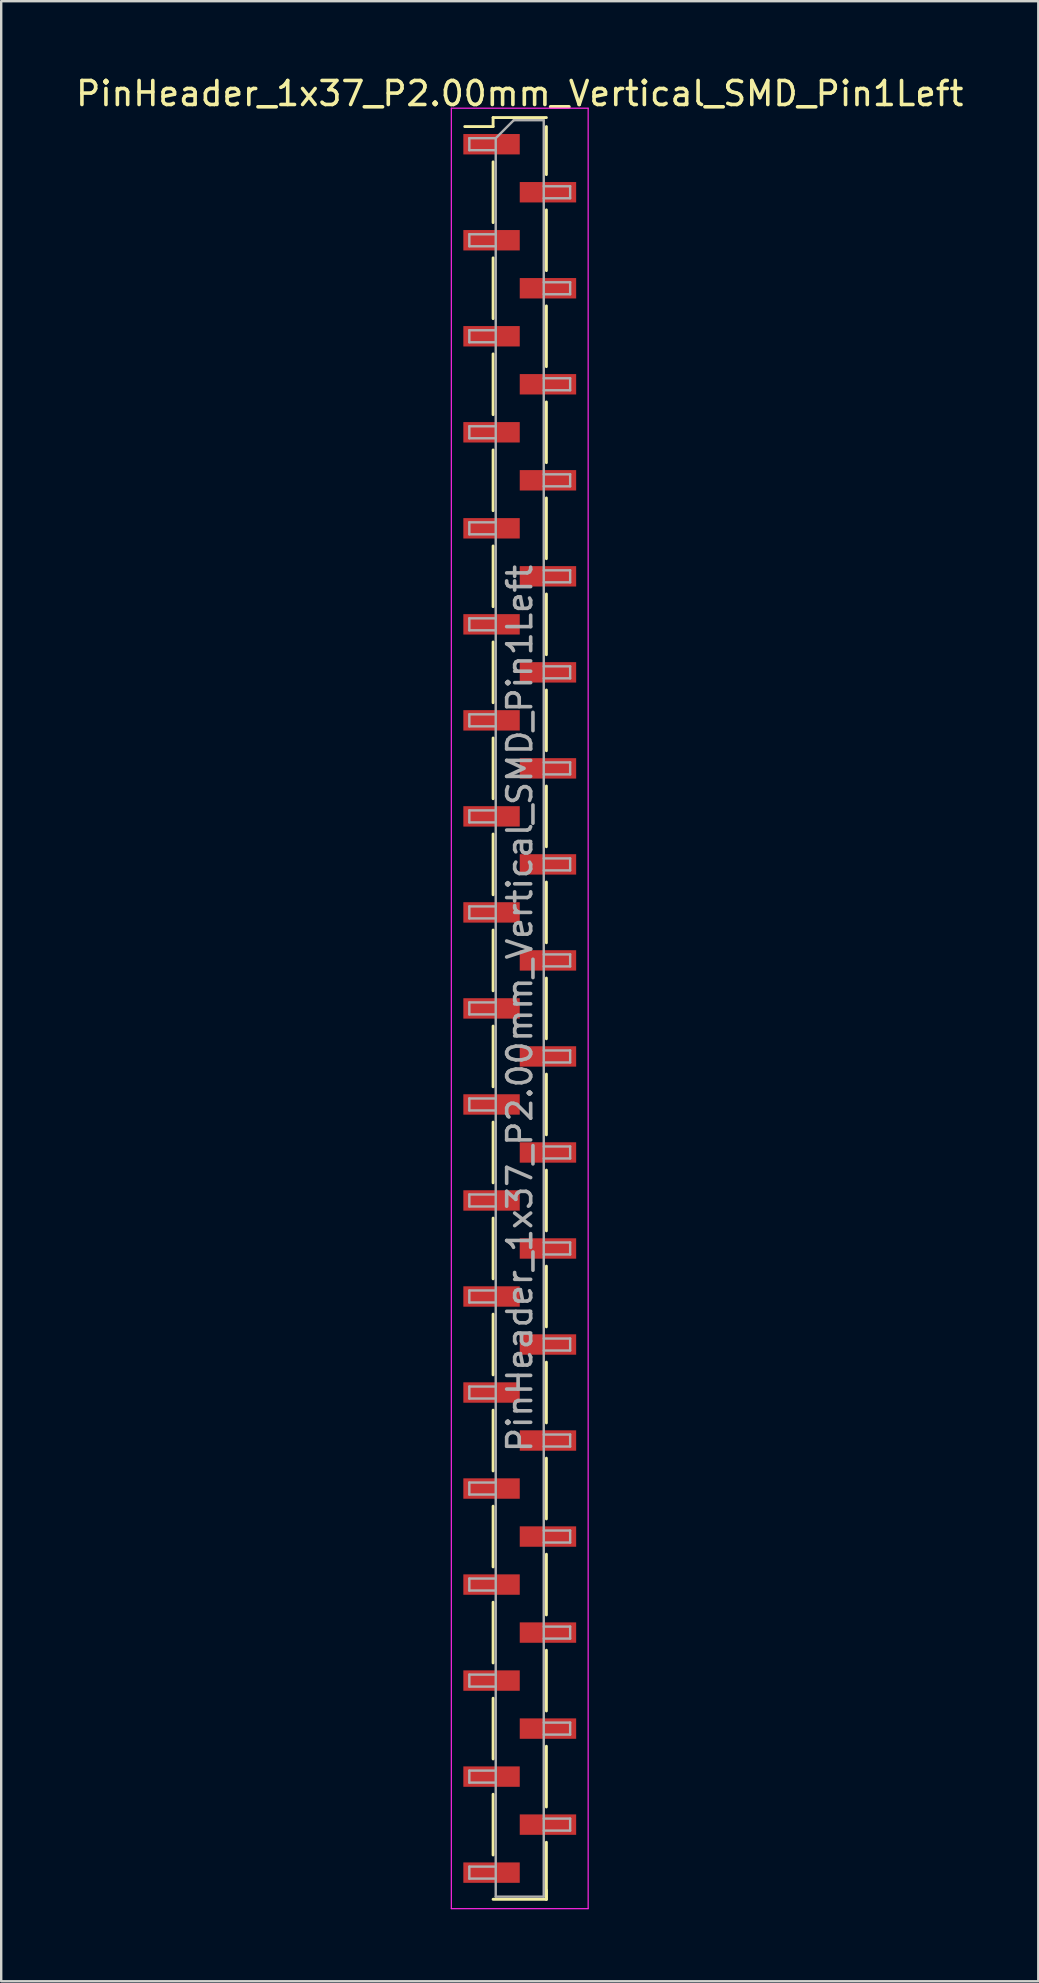
<source format=kicad_pcb>
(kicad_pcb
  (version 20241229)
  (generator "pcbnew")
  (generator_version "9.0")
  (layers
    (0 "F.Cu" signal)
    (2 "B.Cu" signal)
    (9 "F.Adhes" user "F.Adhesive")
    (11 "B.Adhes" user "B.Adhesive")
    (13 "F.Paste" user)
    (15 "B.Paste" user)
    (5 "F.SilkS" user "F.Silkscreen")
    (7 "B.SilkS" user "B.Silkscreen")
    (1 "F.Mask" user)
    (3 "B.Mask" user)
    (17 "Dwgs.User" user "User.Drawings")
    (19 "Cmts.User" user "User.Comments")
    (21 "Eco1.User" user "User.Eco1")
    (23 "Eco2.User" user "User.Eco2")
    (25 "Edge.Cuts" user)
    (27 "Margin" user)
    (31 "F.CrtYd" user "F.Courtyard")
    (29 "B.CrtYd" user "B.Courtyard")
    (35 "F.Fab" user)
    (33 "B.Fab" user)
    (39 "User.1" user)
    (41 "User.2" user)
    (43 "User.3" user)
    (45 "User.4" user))
  (footprint "PinHeader_1x37_P2.00mm_Vertical_SMD_Pin1Left"
    (layer "F.Cu")
    (at 18.601 38.958)
    (property "Reference" "PinHeader_1x37_P2.00mm_Vertical_SMD_Pin1Left" (at 0 -38.11 0) (layer "F.SilkS") (effects (font (size 1 1) (thickness 0.15))))
    (attr smd)
    (fp_line (start -1.11 -37.11) (end -1.11 -36.735) (stroke (width 0.12) (type solid)) (layer "F.SilkS"))
    (fp_line (start -1.11 -37.11) (end 1.11 -37.11) (stroke (width 0.12) (type solid)) (layer "F.SilkS"))
    (fp_line (start -1.11 -36.735) (end -2.29 -36.735) (stroke (width 0.12) (type solid)) (layer "F.SilkS"))
    (fp_line (start -1.11 -35.265) (end -1.11 -32.735) (stroke (width 0.12) (type solid)) (layer "F.SilkS"))
    (fp_line (start -1.11 -31.265) (end -1.11 -28.735) (stroke (width 0.12) (type solid)) (layer "F.SilkS"))
    (fp_line (start -1.11 -27.265) (end -1.11 -24.735) (stroke (width 0.12) (type solid)) (layer "F.SilkS"))
    (fp_line (start -1.11 -23.265) (end -1.11 -20.735) (stroke (width 0.12) (type solid)) (layer "F.SilkS"))
    (fp_line (start -1.11 -19.265) (end -1.11 -16.735) (stroke (width 0.12) (type solid)) (layer "F.SilkS"))
    (fp_line (start -1.11 -15.265) (end -1.11 -12.735) (stroke (width 0.12) (type solid)) (layer "F.SilkS"))
    (fp_line (start -1.11 -11.265) (end -1.11 -8.735) (stroke (width 0.12) (type solid)) (layer "F.SilkS"))
    (fp_line (start -1.11 -7.265) (end -1.11 -4.735) (stroke (width 0.12) (type solid)) (layer "F.SilkS"))
    (fp_line (start -1.11 -3.265) (end -1.11 -0.735) (stroke (width 0.12) (type solid)) (layer "F.SilkS"))
    (fp_line (start -1.11 0.735) (end -1.11 3.265) (stroke (width 0.12) (type solid)) (layer "F.SilkS"))
    (fp_line (start -1.11 4.735) (end -1.11 7.265) (stroke (width 0.12) (type solid)) (layer "F.SilkS"))
    (fp_line (start -1.11 8.735) (end -1.11 11.265) (stroke (width 0.12) (type solid)) (layer "F.SilkS"))
    (fp_line (start -1.11 12.735) (end -1.11 15.265) (stroke (width 0.12) (type solid)) (layer "F.SilkS"))
    (fp_line (start -1.11 16.735) (end -1.11 19.265) (stroke (width 0.12) (type solid)) (layer "F.SilkS"))
    (fp_line (start -1.11 20.735) (end -1.11 23.265) (stroke (width 0.12) (type solid)) (layer "F.SilkS"))
    (fp_line (start -1.11 24.735) (end -1.11 27.265) (stroke (width 0.12) (type solid)) (layer "F.SilkS"))
    (fp_line (start -1.11 28.735) (end -1.11 31.265) (stroke (width 0.12) (type solid)) (layer "F.SilkS"))
    (fp_line (start -1.11 32.735) (end -1.11 35.265) (stroke (width 0.12) (type solid)) (layer "F.SilkS"))
    (fp_line (start -1.11 37.11) (end 1.11 37.11) (stroke (width 0.12) (type solid)) (layer "F.SilkS"))
    (fp_line (start 1.11 -36.735) (end 1.11 -34.735) (stroke (width 0.12) (type solid)) (layer "F.SilkS"))
    (fp_line (start 1.11 -33.265) (end 1.11 -30.735) (stroke (width 0.12) (type solid)) (layer "F.SilkS"))
    (fp_line (start 1.11 -29.265) (end 1.11 -26.735) (stroke (width 0.12) (type solid)) (layer "F.SilkS"))
    (fp_line (start 1.11 -25.265) (end 1.11 -22.735) (stroke (width 0.12) (type solid)) (layer "F.SilkS"))
    (fp_line (start 1.11 -21.265) (end 1.11 -18.735) (stroke (width 0.12) (type solid)) (layer "F.SilkS"))
    (fp_line (start 1.11 -17.265) (end 1.11 -14.735) (stroke (width 0.12) (type solid)) (layer "F.SilkS"))
    (fp_line (start 1.11 -13.265) (end 1.11 -10.735) (stroke (width 0.12) (type solid)) (layer "F.SilkS"))
    (fp_line (start 1.11 -9.265) (end 1.11 -6.735) (stroke (width 0.12) (type solid)) (layer "F.SilkS"))
    (fp_line (start 1.11 -5.265) (end 1.11 -2.735) (stroke (width 0.12) (type solid)) (layer "F.SilkS"))
    (fp_line (start 1.11 -1.265) (end 1.11 1.265) (stroke (width 0.12) (type solid)) (layer "F.SilkS"))
    (fp_line (start 1.11 2.735) (end 1.11 5.265) (stroke (width 0.12) (type solid)) (layer "F.SilkS"))
    (fp_line (start 1.11 6.735) (end 1.11 9.265) (stroke (width 0.12) (type solid)) (layer "F.SilkS"))
    (fp_line (start 1.11 10.735) (end 1.11 13.265) (stroke (width 0.12) (type solid)) (layer "F.SilkS"))
    (fp_line (start 1.11 14.735) (end 1.11 17.265) (stroke (width 0.12) (type solid)) (layer "F.SilkS"))
    (fp_line (start 1.11 18.735) (end 1.11 21.265) (stroke (width 0.12) (type solid)) (layer "F.SilkS"))
    (fp_line (start 1.11 22.735) (end 1.11 25.265) (stroke (width 0.12) (type solid)) (layer "F.SilkS"))
    (fp_line (start 1.11 26.735) (end 1.11 29.265) (stroke (width 0.12) (type solid)) (layer "F.SilkS"))
    (fp_line (start 1.11 30.735) (end 1.11 33.265) (stroke (width 0.12) (type solid)) (layer "F.SilkS"))
    (fp_line (start 1.11 34.735) (end 1.11 37.11) (stroke (width 0.12) (type solid)) (layer "F.SilkS"))
    (fp_line (start 1.11 36.735) (end 1.11 37.11) (stroke (width 0.12) (type solid)) (layer "F.SilkS"))
    (fp_line (start -2.85 -37.5) (end -2.85 37.5) (stroke (width 0.05) (type solid)) (layer "F.CrtYd"))
    (fp_line (start -2.85 37.5) (end 2.85 37.5) (stroke (width 0.05) (type solid)) (layer "F.CrtYd"))
    (fp_line (start 2.85 -37.5) (end -2.85 -37.5) (stroke (width 0.05) (type solid)) (layer "F.CrtYd"))
    (fp_line (start 2.85 37.5) (end 2.85 -37.5) (stroke (width 0.05) (type solid)) (layer "F.CrtYd"))
    (fp_line (start -2.1 -36.25) (end -2.1 -35.75) (stroke (width 0.1) (type solid)) (layer "F.Fab"))
    (fp_line (start -2.1 -35.75) (end -1 -35.75) (stroke (width 0.1) (type solid)) (layer "F.Fab"))
    (fp_line (start -2.1 -32.25) (end -2.1 -31.75) (stroke (width 0.1) (type solid)) (layer "F.Fab"))
    (fp_line (start -2.1 -31.75) (end -1 -31.75) (stroke (width 0.1) (type solid)) (layer "F.Fab"))
    (fp_line (start -2.1 -28.25) (end -2.1 -27.75) (stroke (width 0.1) (type solid)) (layer "F.Fab"))
    (fp_line (start -2.1 -27.75) (end -1 -27.75) (stroke (width 0.1) (type solid)) (layer "F.Fab"))
    (fp_line (start -2.1 -24.25) (end -2.1 -23.75) (stroke (width 0.1) (type solid)) (layer "F.Fab"))
    (fp_line (start -2.1 -23.75) (end -1 -23.75) (stroke (width 0.1) (type solid)) (layer "F.Fab"))
    (fp_line (start -2.1 -20.25) (end -2.1 -19.75) (stroke (width 0.1) (type solid)) (layer "F.Fab"))
    (fp_line (start -2.1 -19.75) (end -1 -19.75) (stroke (width 0.1) (type solid)) (layer "F.Fab"))
    (fp_line (start -2.1 -16.25) (end -2.1 -15.75) (stroke (width 0.1) (type solid)) (layer "F.Fab"))
    (fp_line (start -2.1 -15.75) (end -1 -15.75) (stroke (width 0.1) (type solid)) (layer "F.Fab"))
    (fp_line (start -2.1 -12.25) (end -2.1 -11.75) (stroke (width 0.1) (type solid)) (layer "F.Fab"))
    (fp_line (start -2.1 -11.75) (end -1 -11.75) (stroke (width 0.1) (type solid)) (layer "F.Fab"))
    (fp_line (start -2.1 -8.25) (end -2.1 -7.75) (stroke (width 0.1) (type solid)) (layer "F.Fab"))
    (fp_line (start -2.1 -7.75) (end -1 -7.75) (stroke (width 0.1) (type solid)) (layer "F.Fab"))
    (fp_line (start -2.1 -4.25) (end -2.1 -3.75) (stroke (width 0.1) (type solid)) (layer "F.Fab"))
    (fp_line (start -2.1 -3.75) (end -1 -3.75) (stroke (width 0.1) (type solid)) (layer "F.Fab"))
    (fp_line (start -2.1 -0.25) (end -2.1 0.25) (stroke (width 0.1) (type solid)) (layer "F.Fab"))
    (fp_line (start -2.1 0.25) (end -1 0.25) (stroke (width 0.1) (type solid)) (layer "F.Fab"))
    (fp_line (start -2.1 3.75) (end -2.1 4.25) (stroke (width 0.1) (type solid)) (layer "F.Fab"))
    (fp_line (start -2.1 4.25) (end -1 4.25) (stroke (width 0.1) (type solid)) (layer "F.Fab"))
    (fp_line (start -2.1 7.75) (end -2.1 8.25) (stroke (width 0.1) (type solid)) (layer "F.Fab"))
    (fp_line (start -2.1 8.25) (end -1 8.25) (stroke (width 0.1) (type solid)) (layer "F.Fab"))
    (fp_line (start -2.1 11.75) (end -2.1 12.25) (stroke (width 0.1) (type solid)) (layer "F.Fab"))
    (fp_line (start -2.1 12.25) (end -1 12.25) (stroke (width 0.1) (type solid)) (layer "F.Fab"))
    (fp_line (start -2.1 15.75) (end -2.1 16.25) (stroke (width 0.1) (type solid)) (layer "F.Fab"))
    (fp_line (start -2.1 16.25) (end -1 16.25) (stroke (width 0.1) (type solid)) (layer "F.Fab"))
    (fp_line (start -2.1 19.75) (end -2.1 20.25) (stroke (width 0.1) (type solid)) (layer "F.Fab"))
    (fp_line (start -2.1 20.25) (end -1 20.25) (stroke (width 0.1) (type solid)) (layer "F.Fab"))
    (fp_line (start -2.1 23.75) (end -2.1 24.25) (stroke (width 0.1) (type solid)) (layer "F.Fab"))
    (fp_line (start -2.1 24.25) (end -1 24.25) (stroke (width 0.1) (type solid)) (layer "F.Fab"))
    (fp_line (start -2.1 27.75) (end -2.1 28.25) (stroke (width 0.1) (type solid)) (layer "F.Fab"))
    (fp_line (start -2.1 28.25) (end -1 28.25) (stroke (width 0.1) (type solid)) (layer "F.Fab"))
    (fp_line (start -2.1 31.75) (end -2.1 32.25) (stroke (width 0.1) (type solid)) (layer "F.Fab"))
    (fp_line (start -2.1 32.25) (end -1 32.25) (stroke (width 0.1) (type solid)) (layer "F.Fab"))
    (fp_line (start -2.1 35.75) (end -2.1 36.25) (stroke (width 0.1) (type solid)) (layer "F.Fab"))
    (fp_line (start -2.1 36.25) (end -1 36.25) (stroke (width 0.1) (type solid)) (layer "F.Fab"))
    (fp_line (start -1 -36.25) (end -2.1 -36.25) (stroke (width 0.1) (type solid)) (layer "F.Fab"))
    (fp_line (start -1 -36.25) (end -0.25 -37) (stroke (width 0.1) (type solid)) (layer "F.Fab"))
    (fp_line (start -1 -32.25) (end -2.1 -32.25) (stroke (width 0.1) (type solid)) (layer "F.Fab"))
    (fp_line (start -1 -28.25) (end -2.1 -28.25) (stroke (width 0.1) (type solid)) (layer "F.Fab"))
    (fp_line (start -1 -24.25) (end -2.1 -24.25) (stroke (width 0.1) (type solid)) (layer "F.Fab"))
    (fp_line (start -1 -20.25) (end -2.1 -20.25) (stroke (width 0.1) (type solid)) (layer "F.Fab"))
    (fp_line (start -1 -16.25) (end -2.1 -16.25) (stroke (width 0.1) (type solid)) (layer "F.Fab"))
    (fp_line (start -1 -12.25) (end -2.1 -12.25) (stroke (width 0.1) (type solid)) (layer "F.Fab"))
    (fp_line (start -1 -8.25) (end -2.1 -8.25) (stroke (width 0.1) (type solid)) (layer "F.Fab"))
    (fp_line (start -1 -4.25) (end -2.1 -4.25) (stroke (width 0.1) (type solid)) (layer "F.Fab"))
    (fp_line (start -1 -0.25) (end -2.1 -0.25) (stroke (width 0.1) (type solid)) (layer "F.Fab"))
    (fp_line (start -1 3.75) (end -2.1 3.75) (stroke (width 0.1) (type solid)) (layer "F.Fab"))
    (fp_line (start -1 7.75) (end -2.1 7.75) (stroke (width 0.1) (type solid)) (layer "F.Fab"))
    (fp_line (start -1 11.75) (end -2.1 11.75) (stroke (width 0.1) (type solid)) (layer "F.Fab"))
    (fp_line (start -1 15.75) (end -2.1 15.75) (stroke (width 0.1) (type solid)) (layer "F.Fab"))
    (fp_line (start -1 19.75) (end -2.1 19.75) (stroke (width 0.1) (type solid)) (layer "F.Fab"))
    (fp_line (start -1 23.75) (end -2.1 23.75) (stroke (width 0.1) (type solid)) (layer "F.Fab"))
    (fp_line (start -1 27.75) (end -2.1 27.75) (stroke (width 0.1) (type solid)) (layer "F.Fab"))
    (fp_line (start -1 31.75) (end -2.1 31.75) (stroke (width 0.1) (type solid)) (layer "F.Fab"))
    (fp_line (start -1 35.75) (end -2.1 35.75) (stroke (width 0.1) (type solid)) (layer "F.Fab"))
    (fp_line (start -1 37) (end -1 -36.25) (stroke (width 0.1) (type solid)) (layer "F.Fab"))
    (fp_line (start -0.25 -37) (end 1 -37) (stroke (width 0.1) (type solid)) (layer "F.Fab"))
    (fp_line (start 1 -37) (end 1 37) (stroke (width 0.1) (type solid)) (layer "F.Fab"))
    (fp_line (start 1 -34.25) (end 2.1 -34.25) (stroke (width 0.1) (type solid)) (layer "F.Fab"))
    (fp_line (start 1 -30.25) (end 2.1 -30.25) (stroke (width 0.1) (type solid)) (layer "F.Fab"))
    (fp_line (start 1 -26.25) (end 2.1 -26.25) (stroke (width 0.1) (type solid)) (layer "F.Fab"))
    (fp_line (start 1 -22.25) (end 2.1 -22.25) (stroke (width 0.1) (type solid)) (layer "F.Fab"))
    (fp_line (start 1 -18.25) (end 2.1 -18.25) (stroke (width 0.1) (type solid)) (layer "F.Fab"))
    (fp_line (start 1 -14.25) (end 2.1 -14.25) (stroke (width 0.1) (type solid)) (layer "F.Fab"))
    (fp_line (start 1 -10.25) (end 2.1 -10.25) (stroke (width 0.1) (type solid)) (layer "F.Fab"))
    (fp_line (start 1 -6.25) (end 2.1 -6.25) (stroke (width 0.1) (type solid)) (layer "F.Fab"))
    (fp_line (start 1 -2.25) (end 2.1 -2.25) (stroke (width 0.1) (type solid)) (layer "F.Fab"))
    (fp_line (start 1 1.75) (end 2.1 1.75) (stroke (width 0.1) (type solid)) (layer "F.Fab"))
    (fp_line (start 1 5.75) (end 2.1 5.75) (stroke (width 0.1) (type solid)) (layer "F.Fab"))
    (fp_line (start 1 9.75) (end 2.1 9.75) (stroke (width 0.1) (type solid)) (layer "F.Fab"))
    (fp_line (start 1 13.75) (end 2.1 13.75) (stroke (width 0.1) (type solid)) (layer "F.Fab"))
    (fp_line (start 1 17.75) (end 2.1 17.75) (stroke (width 0.1) (type solid)) (layer "F.Fab"))
    (fp_line (start 1 21.75) (end 2.1 21.75) (stroke (width 0.1) (type solid)) (layer "F.Fab"))
    (fp_line (start 1 25.75) (end 2.1 25.75) (stroke (width 0.1) (type solid)) (layer "F.Fab"))
    (fp_line (start 1 29.75) (end 2.1 29.75) (stroke (width 0.1) (type solid)) (layer "F.Fab"))
    (fp_line (start 1 33.75) (end 2.1 33.75) (stroke (width 0.1) (type solid)) (layer "F.Fab"))
    (fp_line (start 1 37) (end -1 37) (stroke (width 0.1) (type solid)) (layer "F.Fab"))
    (fp_line (start 2.1 -34.25) (end 2.1 -33.75) (stroke (width 0.1) (type solid)) (layer "F.Fab"))
    (fp_line (start 2.1 -33.75) (end 1 -33.75) (stroke (width 0.1) (type solid)) (layer "F.Fab"))
    (fp_line (start 2.1 -30.25) (end 2.1 -29.75) (stroke (width 0.1) (type solid)) (layer "F.Fab"))
    (fp_line (start 2.1 -29.75) (end 1 -29.75) (stroke (width 0.1) (type solid)) (layer "F.Fab"))
    (fp_line (start 2.1 -26.25) (end 2.1 -25.75) (stroke (width 0.1) (type solid)) (layer "F.Fab"))
    (fp_line (start 2.1 -25.75) (end 1 -25.75) (stroke (width 0.1) (type solid)) (layer "F.Fab"))
    (fp_line (start 2.1 -22.25) (end 2.1 -21.75) (stroke (width 0.1) (type solid)) (layer "F.Fab"))
    (fp_line (start 2.1 -21.75) (end 1 -21.75) (stroke (width 0.1) (type solid)) (layer "F.Fab"))
    (fp_line (start 2.1 -18.25) (end 2.1 -17.75) (stroke (width 0.1) (type solid)) (layer "F.Fab"))
    (fp_line (start 2.1 -17.75) (end 1 -17.75) (stroke (width 0.1) (type solid)) (layer "F.Fab"))
    (fp_line (start 2.1 -14.25) (end 2.1 -13.75) (stroke (width 0.1) (type solid)) (layer "F.Fab"))
    (fp_line (start 2.1 -13.75) (end 1 -13.75) (stroke (width 0.1) (type solid)) (layer "F.Fab"))
    (fp_line (start 2.1 -10.25) (end 2.1 -9.75) (stroke (width 0.1) (type solid)) (layer "F.Fab"))
    (fp_line (start 2.1 -9.75) (end 1 -9.75) (stroke (width 0.1) (type solid)) (layer "F.Fab"))
    (fp_line (start 2.1 -6.25) (end 2.1 -5.75) (stroke (width 0.1) (type solid)) (layer "F.Fab"))
    (fp_line (start 2.1 -5.75) (end 1 -5.75) (stroke (width 0.1) (type solid)) (layer "F.Fab"))
    (fp_line (start 2.1 -2.25) (end 2.1 -1.75) (stroke (width 0.1) (type solid)) (layer "F.Fab"))
    (fp_line (start 2.1 -1.75) (end 1 -1.75) (stroke (width 0.1) (type solid)) (layer "F.Fab"))
    (fp_line (start 2.1 1.75) (end 2.1 2.25) (stroke (width 0.1) (type solid)) (layer "F.Fab"))
    (fp_line (start 2.1 2.25) (end 1 2.25) (stroke (width 0.1) (type solid)) (layer "F.Fab"))
    (fp_line (start 2.1 5.75) (end 2.1 6.25) (stroke (width 0.1) (type solid)) (layer "F.Fab"))
    (fp_line (start 2.1 6.25) (end 1 6.25) (stroke (width 0.1) (type solid)) (layer "F.Fab"))
    (fp_line (start 2.1 9.75) (end 2.1 10.25) (stroke (width 0.1) (type solid)) (layer "F.Fab"))
    (fp_line (start 2.1 10.25) (end 1 10.25) (stroke (width 0.1) (type solid)) (layer "F.Fab"))
    (fp_line (start 2.1 13.75) (end 2.1 14.25) (stroke (width 0.1) (type solid)) (layer "F.Fab"))
    (fp_line (start 2.1 14.25) (end 1 14.25) (stroke (width 0.1) (type solid)) (layer "F.Fab"))
    (fp_line (start 2.1 17.75) (end 2.1 18.25) (stroke (width 0.1) (type solid)) (layer "F.Fab"))
    (fp_line (start 2.1 18.25) (end 1 18.25) (stroke (width 0.1) (type solid)) (layer "F.Fab"))
    (fp_line (start 2.1 21.75) (end 2.1 22.25) (stroke (width 0.1) (type solid)) (layer "F.Fab"))
    (fp_line (start 2.1 22.25) (end 1 22.25) (stroke (width 0.1) (type solid)) (layer "F.Fab"))
    (fp_line (start 2.1 25.75) (end 2.1 26.25) (stroke (width 0.1) (type solid)) (layer "F.Fab"))
    (fp_line (start 2.1 26.25) (end 1 26.25) (stroke (width 0.1) (type solid)) (layer "F.Fab"))
    (fp_line (start 2.1 29.75) (end 2.1 30.25) (stroke (width 0.1) (type solid)) (layer "F.Fab"))
    (fp_line (start 2.1 30.25) (end 1 30.25) (stroke (width 0.1) (type solid)) (layer "F.Fab"))
    (fp_line (start 2.1 33.75) (end 2.1 34.25) (stroke (width 0.1) (type solid)) (layer "F.Fab"))
    (fp_line (start 2.1 34.25) (end 1 34.25) (stroke (width 0.1) (type solid)) (layer "F.Fab"))
    (fp_text user "${REFERENCE}" (at 0 0 90) (layer "F.Fab") (effects (font (size 1 1) (thickness 0.15))))
    (pad "1" smd rect (at -1.175 -36) (size 2.35 0.85) (layers "F.Cu" "F.Mask" "F.Paste"))
    (pad "2" smd rect (at 1.175 -34) (size 2.35 0.85) (layers "F.Cu" "F.Mask" "F.Paste"))
    (pad "3" smd rect (at -1.175 -32) (size 2.35 0.85) (layers "F.Cu" "F.Mask" "F.Paste"))
    (pad "4" smd rect (at 1.175 -30) (size 2.35 0.85) (layers "F.Cu" "F.Mask" "F.Paste"))
    (pad "5" smd rect (at -1.175 -28) (size 2.35 0.85) (layers "F.Cu" "F.Mask" "F.Paste"))
    (pad "6" smd rect (at 1.175 -26) (size 2.35 0.85) (layers "F.Cu" "F.Mask" "F.Paste"))
    (pad "7" smd rect (at -1.175 -24) (size 2.35 0.85) (layers "F.Cu" "F.Mask" "F.Paste"))
    (pad "8" smd rect (at 1.175 -22) (size 2.35 0.85) (layers "F.Cu" "F.Mask" "F.Paste"))
    (pad "9" smd rect (at -1.175 -20) (size 2.35 0.85) (layers "F.Cu" "F.Mask" "F.Paste"))
    (pad "10" smd rect (at 1.175 -18) (size 2.35 0.85) (layers "F.Cu" "F.Mask" "F.Paste"))
    (pad "11" smd rect (at -1.175 -16) (size 2.35 0.85) (layers "F.Cu" "F.Mask" "F.Paste"))
    (pad "12" smd rect (at 1.175 -14) (size 2.35 0.85) (layers "F.Cu" "F.Mask" "F.Paste"))
    (pad "13" smd rect (at -1.175 -12) (size 2.35 0.85) (layers "F.Cu" "F.Mask" "F.Paste"))
    (pad "14" smd rect (at 1.175 -10) (size 2.35 0.85) (layers "F.Cu" "F.Mask" "F.Paste"))
    (pad "15" smd rect (at -1.175 -8) (size 2.35 0.85) (layers "F.Cu" "F.Mask" "F.Paste"))
    (pad "16" smd rect (at 1.175 -6) (size 2.35 0.85) (layers "F.Cu" "F.Mask" "F.Paste"))
    (pad "17" smd rect (at -1.175 -4) (size 2.35 0.85) (layers "F.Cu" "F.Mask" "F.Paste"))
    (pad "18" smd rect (at 1.175 -2) (size 2.35 0.85) (layers "F.Cu" "F.Mask" "F.Paste"))
    (pad "19" smd rect (at -1.175 0) (size 2.35 0.85) (layers "F.Cu" "F.Mask" "F.Paste"))
    (pad "20" smd rect (at 1.175 2) (size 2.35 0.85) (layers "F.Cu" "F.Mask" "F.Paste"))
    (pad "21" smd rect (at -1.175 4) (size 2.35 0.85) (layers "F.Cu" "F.Mask" "F.Paste"))
    (pad "22" smd rect (at 1.175 6) (size 2.35 0.85) (layers "F.Cu" "F.Mask" "F.Paste"))
    (pad "23" smd rect (at -1.175 8) (size 2.35 0.85) (layers "F.Cu" "F.Mask" "F.Paste"))
    (pad "24" smd rect (at 1.175 10) (size 2.35 0.85) (layers "F.Cu" "F.Mask" "F.Paste"))
    (pad "25" smd rect (at -1.175 12) (size 2.35 0.85) (layers "F.Cu" "F.Mask" "F.Paste"))
    (pad "26" smd rect (at 1.175 14) (size 2.35 0.85) (layers "F.Cu" "F.Mask" "F.Paste"))
    (pad "27" smd rect (at -1.175 16) (size 2.35 0.85) (layers "F.Cu" "F.Mask" "F.Paste"))
    (pad "28" smd rect (at 1.175 18) (size 2.35 0.85) (layers "F.Cu" "F.Mask" "F.Paste"))
    (pad "29" smd rect (at -1.175 20) (size 2.35 0.85) (layers "F.Cu" "F.Mask" "F.Paste"))
    (pad "30" smd rect (at 1.175 22) (size 2.35 0.85) (layers "F.Cu" "F.Mask" "F.Paste"))
    (pad "31" smd rect (at -1.175 24) (size 2.35 0.85) (layers "F.Cu" "F.Mask" "F.Paste"))
    (pad "32" smd rect (at 1.175 26) (size 2.35 0.85) (layers "F.Cu" "F.Mask" "F.Paste"))
    (pad "33" smd rect (at -1.175 28) (size 2.35 0.85) (layers "F.Cu" "F.Mask" "F.Paste"))
    (pad "34" smd rect (at 1.175 30) (size 2.35 0.85) (layers "F.Cu" "F.Mask" "F.Paste"))
    (pad "35" smd rect (at -1.175 32) (size 2.35 0.85) (layers "F.Cu" "F.Mask" "F.Paste"))
    (pad "36" smd rect (at 1.175 34) (size 2.35 0.85) (layers "F.Cu" "F.Mask" "F.Paste"))
    (pad "37" smd rect (at -1.175 36) (size 2.35 0.85) (layers "F.Cu" "F.Mask" "F.Paste")))
  (gr_rect
    (start -3 -3)
    (end 40.202 79.483)
    (stroke (width 0.1) (type default))
    (fill no)
    (layer "Edge.Cuts")))
</source>
